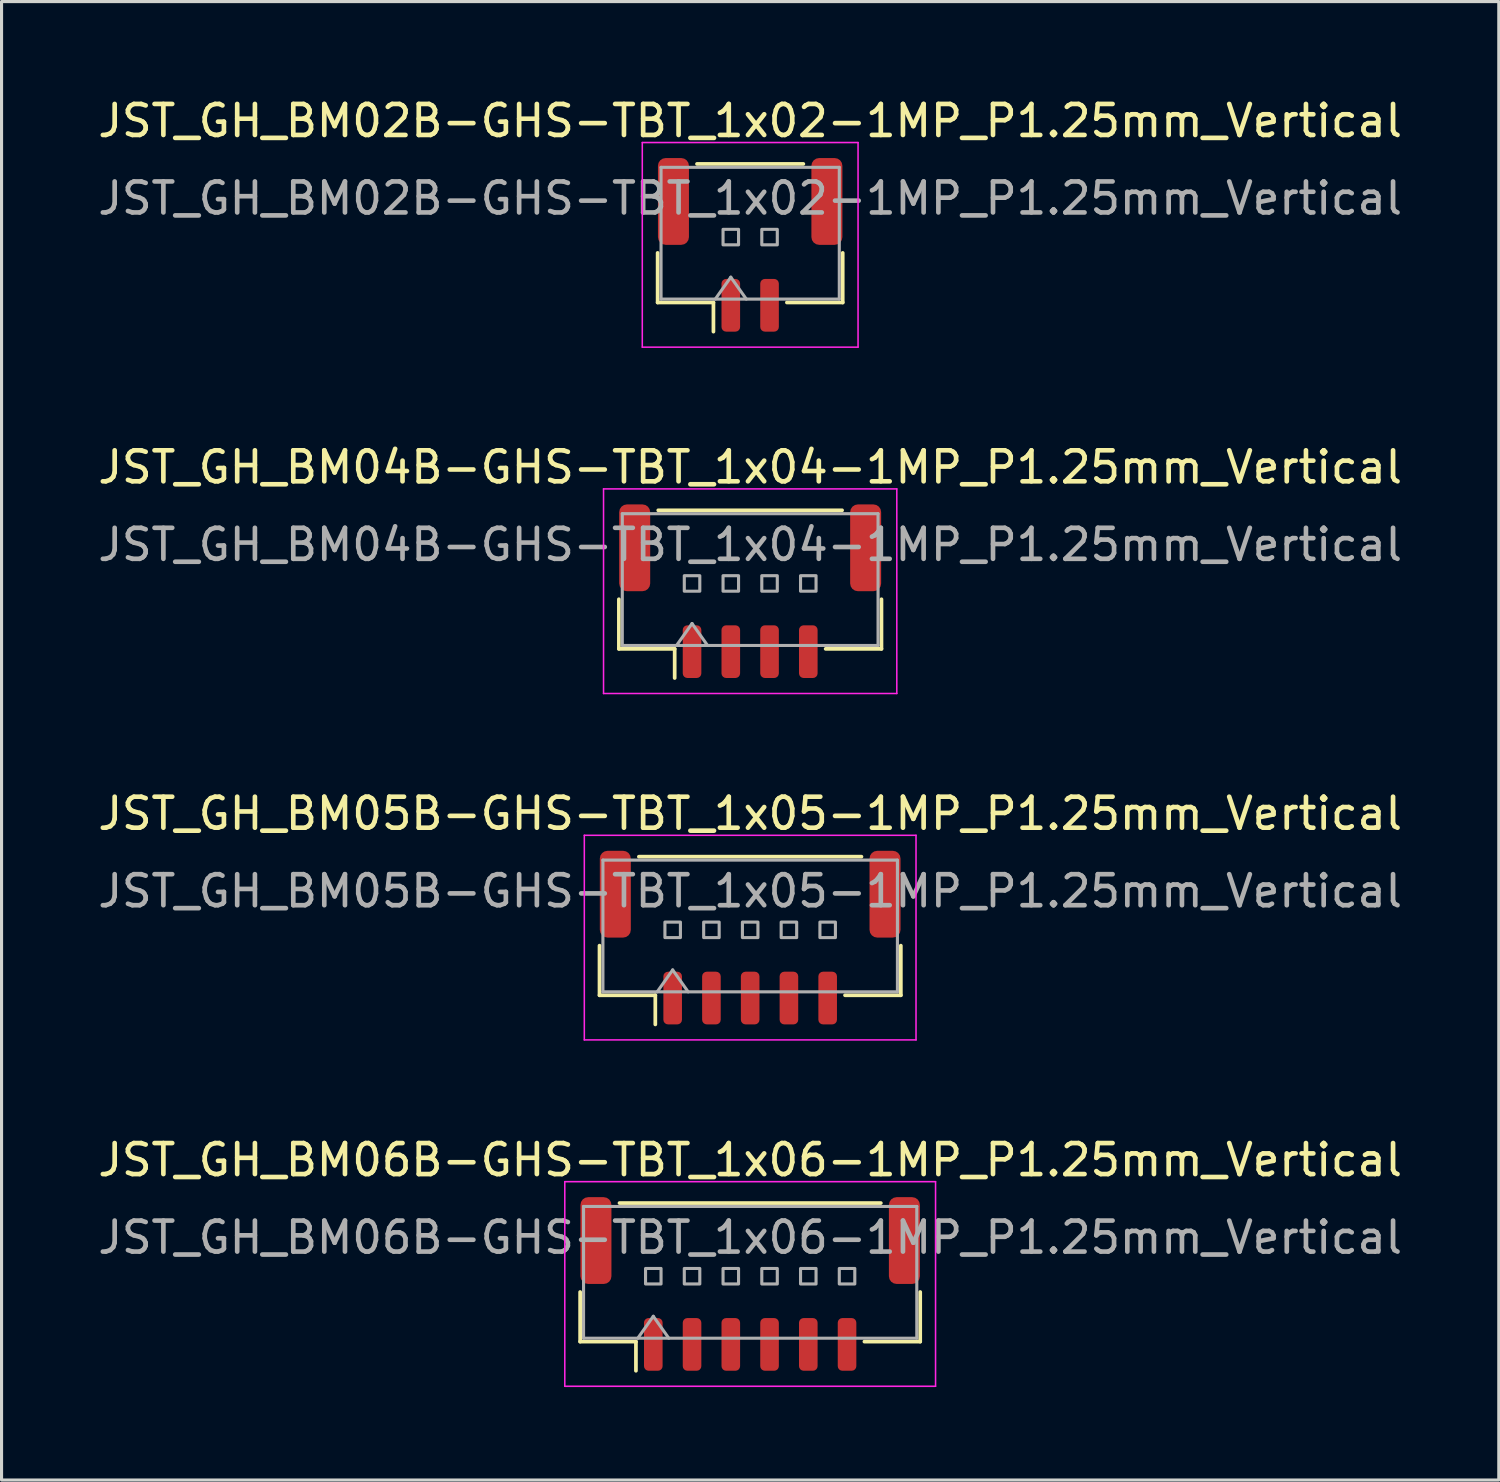
<source format=kicad_pcb>
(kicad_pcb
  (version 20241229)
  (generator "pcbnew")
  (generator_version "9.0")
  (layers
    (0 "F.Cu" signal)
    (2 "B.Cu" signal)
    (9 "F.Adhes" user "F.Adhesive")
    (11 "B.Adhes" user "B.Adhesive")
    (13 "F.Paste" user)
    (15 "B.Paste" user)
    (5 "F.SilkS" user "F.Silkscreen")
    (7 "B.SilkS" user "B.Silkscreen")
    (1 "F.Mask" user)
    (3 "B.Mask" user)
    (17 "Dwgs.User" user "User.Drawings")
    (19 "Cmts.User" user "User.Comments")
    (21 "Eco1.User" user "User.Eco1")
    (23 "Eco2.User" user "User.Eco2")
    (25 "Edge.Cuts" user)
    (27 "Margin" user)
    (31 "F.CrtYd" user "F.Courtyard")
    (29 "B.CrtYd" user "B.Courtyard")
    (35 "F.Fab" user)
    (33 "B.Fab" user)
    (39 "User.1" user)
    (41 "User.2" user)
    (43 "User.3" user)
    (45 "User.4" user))
  (footprint "JST_GH_BM02B-GHS-TBT_1x02-1MP_P1.25mm_Vertical"
    (layer "F.Cu")
    (at 21.149 4.848)
    (property "Reference" "JST_GH_BM02B-GHS-TBT_1x02-1MP_P1.25mm_Vertical" (at 0 -4 0) (layer "F.SilkS") (effects (font (size 1 1) (thickness 0.15))))
    (attr smd)
    (fp_line (start -2.985 0.26) (end -2.985 1.86) (stroke (width 0.12) (type solid)) (layer "F.SilkS"))
    (fp_line (start -2.985 1.86) (end -1.185 1.86) (stroke (width 0.12) (type solid)) (layer "F.SilkS"))
    (fp_line (start -1.715 -2.61) (end 1.715 -2.61) (stroke (width 0.12) (type solid)) (layer "F.SilkS"))
    (fp_line (start -1.185 1.86) (end -1.185 2.8) (stroke (width 0.12) (type solid)) (layer "F.SilkS"))
    (fp_line (start 2.985 0.26) (end 2.985 1.86) (stroke (width 0.12) (type solid)) (layer "F.SilkS"))
    (fp_line (start 2.985 1.86) (end 1.185 1.86) (stroke (width 0.12) (type solid)) (layer "F.SilkS"))
    (fp_line (start -3.48 -3.3) (end -3.48 3.3) (stroke (width 0.05) (type solid)) (layer "F.CrtYd"))
    (fp_line (start -3.48 3.3) (end 3.48 3.3) (stroke (width 0.05) (type solid)) (layer "F.CrtYd"))
    (fp_line (start 3.48 -3.3) (end -3.48 -3.3) (stroke (width 0.05) (type solid)) (layer "F.CrtYd"))
    (fp_line (start 3.48 3.3) (end 3.48 -3.3) (stroke (width 0.05) (type solid)) (layer "F.CrtYd"))
    (fp_line (start -2.875 -2.5) (end 2.875 -2.5) (stroke (width 0.1) (type solid)) (layer "F.Fab"))
    (fp_line (start -2.875 1.75) (end -2.875 -2.5) (stroke (width 0.1) (type solid)) (layer "F.Fab"))
    (fp_line (start -2.875 1.75) (end 2.875 1.75) (stroke (width 0.1) (type solid)) (layer "F.Fab"))
    (fp_line (start -1.125 1.75) (end -0.625 1.043) (stroke (width 0.1) (type solid)) (layer "F.Fab"))
    (fp_line (start -0.625 1.043) (end -0.125 1.75) (stroke (width 0.1) (type solid)) (layer "F.Fab"))
    (fp_line (start 2.875 1.75) (end 2.875 -2.5) (stroke (width 0.1) (type solid)) (layer "F.Fab"))
    (fp_rect (start -0.875 -0.5) (end -0.375 0) (stroke (width 0.1) (type solid)) (fill no) (layer "F.Fab"))
    (fp_rect (start 0.375 -0.5) (end 0.875 0) (stroke (width 0.1) (type solid)) (fill no) (layer "F.Fab"))
    (fp_text user "${REFERENCE}" (at 0 -1.5 0) (layer "F.Fab") (effects (font (size 1 1) (thickness 0.15))))
    (pad "1" smd roundrect (at -0.625 1.95) (size 0.6 1.7) (layers "F.Cu" "F.Mask" "F.Paste") (roundrect_rratio 0.25))
    (pad "2" smd roundrect (at 0.625 1.95) (size 0.6 1.7) (layers "F.Cu" "F.Mask" "F.Paste") (roundrect_rratio 0.25))
    (pad "MP" smd roundrect (at -2.475 -1.4) (size 1 2.8) (layers "F.Cu" "F.Mask" "F.Paste") (roundrect_rratio 0.25))
    (pad "MP" smd roundrect (at 2.475 -1.4) (size 1 2.8) (layers "F.Cu" "F.Mask" "F.Paste") (roundrect_rratio 0.25)))
  (footprint "JST_GH_BM05B-GHS-TBT_1x05-1MP_P1.25mm_Vertical"
    (layer "F.Cu")
    (at 21.149 27.195)
    (property "Reference" "JST_GH_BM05B-GHS-TBT_1x05-1MP_P1.25mm_Vertical" (at 0 -4 0) (layer "F.SilkS") (effects (font (size 1 1) (thickness 0.15))))
    (attr smd)
    (fp_line (start -4.86 0.26) (end -4.86 1.86) (stroke (width 0.12) (type solid)) (layer "F.SilkS"))
    (fp_line (start -4.86 1.86) (end -3.06 1.86) (stroke (width 0.12) (type solid)) (layer "F.SilkS"))
    (fp_line (start -3.59 -2.61) (end 3.59 -2.61) (stroke (width 0.12) (type solid)) (layer "F.SilkS"))
    (fp_line (start -3.06 1.86) (end -3.06 2.8) (stroke (width 0.12) (type solid)) (layer "F.SilkS"))
    (fp_line (start 4.86 0.26) (end 4.86 1.86) (stroke (width 0.12) (type solid)) (layer "F.SilkS"))
    (fp_line (start 4.86 1.86) (end 3.06 1.86) (stroke (width 0.12) (type solid)) (layer "F.SilkS"))
    (fp_line (start -5.35 -3.3) (end -5.35 3.3) (stroke (width 0.05) (type solid)) (layer "F.CrtYd"))
    (fp_line (start -5.35 3.3) (end 5.35 3.3) (stroke (width 0.05) (type solid)) (layer "F.CrtYd"))
    (fp_line (start 5.35 -3.3) (end -5.35 -3.3) (stroke (width 0.05) (type solid)) (layer "F.CrtYd"))
    (fp_line (start 5.35 3.3) (end 5.35 -3.3) (stroke (width 0.05) (type solid)) (layer "F.CrtYd"))
    (fp_line (start -4.75 -2.5) (end 4.75 -2.5) (stroke (width 0.1) (type solid)) (layer "F.Fab"))
    (fp_line (start -4.75 1.75) (end -4.75 -2.5) (stroke (width 0.1) (type solid)) (layer "F.Fab"))
    (fp_line (start -4.75 1.75) (end 4.75 1.75) (stroke (width 0.1) (type solid)) (layer "F.Fab"))
    (fp_line (start -3 1.75) (end -2.5 1.043) (stroke (width 0.1) (type solid)) (layer "F.Fab"))
    (fp_line (start -2.5 1.043) (end -2 1.75) (stroke (width 0.1) (type solid)) (layer "F.Fab"))
    (fp_line (start 4.75 1.75) (end 4.75 -2.5) (stroke (width 0.1) (type solid)) (layer "F.Fab"))
    (fp_rect (start -2.75 -0.5) (end -2.25 0) (stroke (width 0.1) (type solid)) (fill no) (layer "F.Fab"))
    (fp_rect (start -1.5 -0.5) (end -1 0) (stroke (width 0.1) (type solid)) (fill no) (layer "F.Fab"))
    (fp_rect (start -0.25 -0.5) (end 0.25 0) (stroke (width 0.1) (type solid)) (fill no) (layer "F.Fab"))
    (fp_rect (start 1 -0.5) (end 1.5 0) (stroke (width 0.1) (type solid)) (fill no) (layer "F.Fab"))
    (fp_rect (start 2.25 -0.5) (end 2.75 0) (stroke (width 0.1) (type solid)) (fill no) (layer "F.Fab"))
    (fp_text user "${REFERENCE}" (at 0 -1.5 0) (layer "F.Fab") (effects (font (size 1 1) (thickness 0.15))))
    (pad "1" smd roundrect (at -2.5 1.95) (size 0.6 1.7) (layers "F.Cu" "F.Mask" "F.Paste") (roundrect_rratio 0.25))
    (pad "2" smd roundrect (at -1.25 1.95) (size 0.6 1.7) (layers "F.Cu" "F.Mask" "F.Paste") (roundrect_rratio 0.25))
    (pad "3" smd roundrect (at 0 1.95) (size 0.6 1.7) (layers "F.Cu" "F.Mask" "F.Paste") (roundrect_rratio 0.25))
    (pad "4" smd roundrect (at 1.25 1.95) (size 0.6 1.7) (layers "F.Cu" "F.Mask" "F.Paste") (roundrect_rratio 0.25))
    (pad "5" smd roundrect (at 2.5 1.95) (size 0.6 1.7) (layers "F.Cu" "F.Mask" "F.Paste") (roundrect_rratio 0.25))
    (pad "MP" smd roundrect (at -4.35 -1.4) (size 1 2.8) (layers "F.Cu" "F.Mask" "F.Paste") (roundrect_rratio 0.25))
    (pad "MP" smd roundrect (at 4.35 -1.4) (size 1 2.8) (layers "F.Cu" "F.Mask" "F.Paste") (roundrect_rratio 0.25)))
  (footprint "JST_GH_BM06B-GHS-TBT_1x06-1MP_P1.25mm_Vertical"
    (layer "F.Cu")
    (at 21.149 38.368)
    (property "Reference" "JST_GH_BM06B-GHS-TBT_1x06-1MP_P1.25mm_Vertical" (at 0 -4 0) (layer "F.SilkS") (effects (font (size 1 1) (thickness 0.15))))
    (attr smd)
    (fp_line (start -5.485 0.26) (end -5.485 1.86) (stroke (width 0.12) (type solid)) (layer "F.SilkS"))
    (fp_line (start -5.485 1.86) (end -3.685 1.86) (stroke (width 0.12) (type solid)) (layer "F.SilkS"))
    (fp_line (start -4.215 -2.61) (end 4.215 -2.61) (stroke (width 0.12) (type solid)) (layer "F.SilkS"))
    (fp_line (start -3.685 1.86) (end -3.685 2.8) (stroke (width 0.12) (type solid)) (layer "F.SilkS"))
    (fp_line (start 5.485 0.26) (end 5.485 1.86) (stroke (width 0.12) (type solid)) (layer "F.SilkS"))
    (fp_line (start 5.485 1.86) (end 3.685 1.86) (stroke (width 0.12) (type solid)) (layer "F.SilkS"))
    (fp_line (start -5.98 -3.3) (end -5.98 3.3) (stroke (width 0.05) (type solid)) (layer "F.CrtYd"))
    (fp_line (start -5.98 3.3) (end 5.98 3.3) (stroke (width 0.05) (type solid)) (layer "F.CrtYd"))
    (fp_line (start 5.98 -3.3) (end -5.98 -3.3) (stroke (width 0.05) (type solid)) (layer "F.CrtYd"))
    (fp_line (start 5.98 3.3) (end 5.98 -3.3) (stroke (width 0.05) (type solid)) (layer "F.CrtYd"))
    (fp_line (start -5.375 -2.5) (end 5.375 -2.5) (stroke (width 0.1) (type solid)) (layer "F.Fab"))
    (fp_line (start -5.375 1.75) (end -5.375 -2.5) (stroke (width 0.1) (type solid)) (layer "F.Fab"))
    (fp_line (start -5.375 1.75) (end 5.375 1.75) (stroke (width 0.1) (type solid)) (layer "F.Fab"))
    (fp_line (start -3.625 1.75) (end -3.125 1.043) (stroke (width 0.1) (type solid)) (layer "F.Fab"))
    (fp_line (start -3.125 1.043) (end -2.625 1.75) (stroke (width 0.1) (type solid)) (layer "F.Fab"))
    (fp_line (start 5.375 1.75) (end 5.375 -2.5) (stroke (width 0.1) (type solid)) (layer "F.Fab"))
    (fp_rect (start -3.375 -0.5) (end -2.875 0) (stroke (width 0.1) (type solid)) (fill no) (layer "F.Fab"))
    (fp_rect (start -2.125 -0.5) (end -1.625 0) (stroke (width 0.1) (type solid)) (fill no) (layer "F.Fab"))
    (fp_rect (start -0.875 -0.5) (end -0.375 0) (stroke (width 0.1) (type solid)) (fill no) (layer "F.Fab"))
    (fp_rect (start 0.375 -0.5) (end 0.875 0) (stroke (width 0.1) (type solid)) (fill no) (layer "F.Fab"))
    (fp_rect (start 1.625 -0.5) (end 2.125 0) (stroke (width 0.1) (type solid)) (fill no) (layer "F.Fab"))
    (fp_rect (start 2.875 -0.5) (end 3.375 0) (stroke (width 0.1) (type solid)) (fill no) (layer "F.Fab"))
    (fp_text user "${REFERENCE}" (at 0 -1.5 0) (layer "F.Fab") (effects (font (size 1 1) (thickness 0.15))))
    (pad "1" smd roundrect (at -3.125 1.95) (size 0.6 1.7) (layers "F.Cu" "F.Mask" "F.Paste") (roundrect_rratio 0.25))
    (pad "2" smd roundrect (at -1.875 1.95) (size 0.6 1.7) (layers "F.Cu" "F.Mask" "F.Paste") (roundrect_rratio 0.25))
    (pad "3" smd roundrect (at -0.625 1.95) (size 0.6 1.7) (layers "F.Cu" "F.Mask" "F.Paste") (roundrect_rratio 0.25))
    (pad "4" smd roundrect (at 0.625 1.95) (size 0.6 1.7) (layers "F.Cu" "F.Mask" "F.Paste") (roundrect_rratio 0.25))
    (pad "5" smd roundrect (at 1.875 1.95) (size 0.6 1.7) (layers "F.Cu" "F.Mask" "F.Paste") (roundrect_rratio 0.25))
    (pad "6" smd roundrect (at 3.125 1.95) (size 0.6 1.7) (layers "F.Cu" "F.Mask" "F.Paste") (roundrect_rratio 0.25))
    (pad "MP" smd roundrect (at -4.975 -1.4) (size 1 2.8) (layers "F.Cu" "F.Mask" "F.Paste") (roundrect_rratio 0.25))
    (pad "MP" smd roundrect (at 4.975 -1.4) (size 1 2.8) (layers "F.Cu" "F.Mask" "F.Paste") (roundrect_rratio 0.25)))
  (footprint "JST_GH_BM04B-GHS-TBT_1x04-1MP_P1.25mm_Vertical"
    (layer "F.Cu")
    (at 21.149 16.021)
    (property "Reference" "JST_GH_BM04B-GHS-TBT_1x04-1MP_P1.25mm_Vertical" (at 0 -4 0) (layer "F.SilkS") (effects (font (size 1 1) (thickness 0.15))))
    (attr smd)
    (fp_line (start -4.235 0.26) (end -4.235 1.86) (stroke (width 0.12) (type solid)) (layer "F.SilkS"))
    (fp_line (start -4.235 1.86) (end -2.435 1.86) (stroke (width 0.12) (type solid)) (layer "F.SilkS"))
    (fp_line (start -2.965 -2.61) (end 2.965 -2.61) (stroke (width 0.12) (type solid)) (layer "F.SilkS"))
    (fp_line (start -2.435 1.86) (end -2.435 2.8) (stroke (width 0.12) (type solid)) (layer "F.SilkS"))
    (fp_line (start 4.235 0.26) (end 4.235 1.86) (stroke (width 0.12) (type solid)) (layer "F.SilkS"))
    (fp_line (start 4.235 1.86) (end 2.435 1.86) (stroke (width 0.12) (type solid)) (layer "F.SilkS"))
    (fp_line (start -4.73 -3.3) (end -4.73 3.3) (stroke (width 0.05) (type solid)) (layer "F.CrtYd"))
    (fp_line (start -4.73 3.3) (end 4.73 3.3) (stroke (width 0.05) (type solid)) (layer "F.CrtYd"))
    (fp_line (start 4.73 -3.3) (end -4.73 -3.3) (stroke (width 0.05) (type solid)) (layer "F.CrtYd"))
    (fp_line (start 4.73 3.3) (end 4.73 -3.3) (stroke (width 0.05) (type solid)) (layer "F.CrtYd"))
    (fp_line (start -4.125 -2.5) (end 4.125 -2.5) (stroke (width 0.1) (type solid)) (layer "F.Fab"))
    (fp_line (start -4.125 1.75) (end -4.125 -2.5) (stroke (width 0.1) (type solid)) (layer "F.Fab"))
    (fp_line (start -4.125 1.75) (end 4.125 1.75) (stroke (width 0.1) (type solid)) (layer "F.Fab"))
    (fp_line (start -2.375 1.75) (end -1.875 1.043) (stroke (width 0.1) (type solid)) (layer "F.Fab"))
    (fp_line (start -1.875 1.043) (end -1.375 1.75) (stroke (width 0.1) (type solid)) (layer "F.Fab"))
    (fp_line (start 4.125 1.75) (end 4.125 -2.5) (stroke (width 0.1) (type solid)) (layer "F.Fab"))
    (fp_rect (start -2.125 -0.5) (end -1.625 0) (stroke (width 0.1) (type solid)) (fill no) (layer "F.Fab"))
    (fp_rect (start -0.875 -0.5) (end -0.375 0) (stroke (width 0.1) (type solid)) (fill no) (layer "F.Fab"))
    (fp_rect (start 0.375 -0.5) (end 0.875 0) (stroke (width 0.1) (type solid)) (fill no) (layer "F.Fab"))
    (fp_rect (start 1.625 -0.5) (end 2.125 0) (stroke (width 0.1) (type solid)) (fill no) (layer "F.Fab"))
    (fp_text user "${REFERENCE}" (at 0 -1.5 0) (layer "F.Fab") (effects (font (size 1 1) (thickness 0.15))))
    (pad "1" smd roundrect (at -1.875 1.95) (size 0.6 1.7) (layers "F.Cu" "F.Mask" "F.Paste") (roundrect_rratio 0.25))
    (pad "2" smd roundrect (at -0.625 1.95) (size 0.6 1.7) (layers "F.Cu" "F.Mask" "F.Paste") (roundrect_rratio 0.25))
    (pad "3" smd roundrect (at 0.625 1.95) (size 0.6 1.7) (layers "F.Cu" "F.Mask" "F.Paste") (roundrect_rratio 0.25))
    (pad "4" smd roundrect (at 1.875 1.95) (size 0.6 1.7) (layers "F.Cu" "F.Mask" "F.Paste") (roundrect_rratio 0.25))
    (pad "MP" smd roundrect (at -3.725 -1.4) (size 1 2.8) (layers "F.Cu" "F.Mask" "F.Paste") (roundrect_rratio 0.25))
    (pad "MP" smd roundrect (at 3.725 -1.4) (size 1 2.8) (layers "F.Cu" "F.Mask" "F.Paste") (roundrect_rratio 0.25)))
  (gr_rect
    (start -3 -3)
    (end 45.298 44.693)
    (stroke (width 0.1) (type default))
    (fill no)
    (layer "Edge.Cuts")))
</source>
